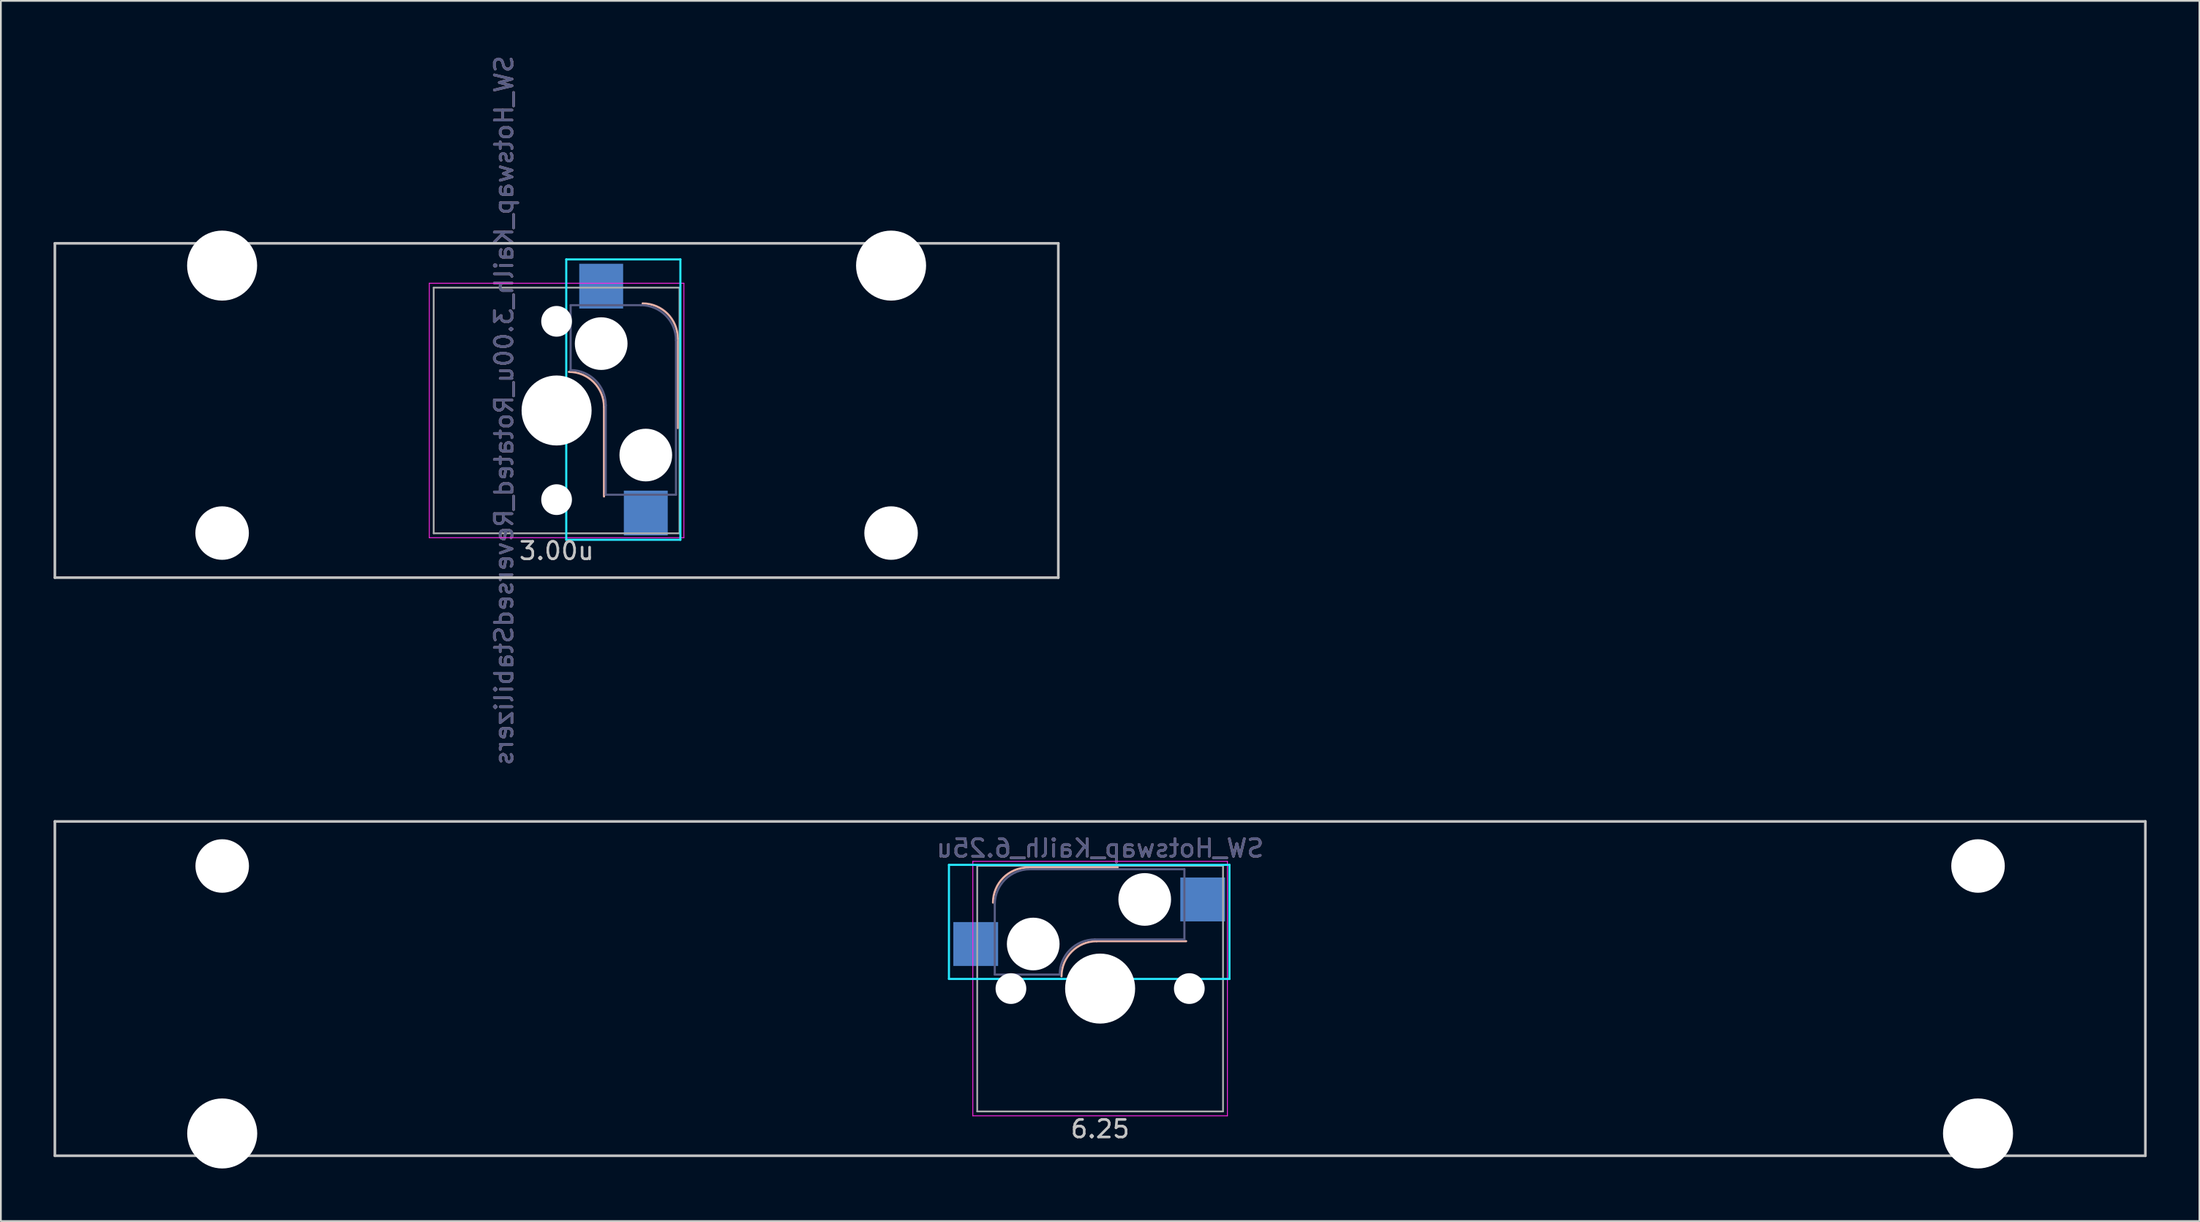
<source format=kicad_pcb>
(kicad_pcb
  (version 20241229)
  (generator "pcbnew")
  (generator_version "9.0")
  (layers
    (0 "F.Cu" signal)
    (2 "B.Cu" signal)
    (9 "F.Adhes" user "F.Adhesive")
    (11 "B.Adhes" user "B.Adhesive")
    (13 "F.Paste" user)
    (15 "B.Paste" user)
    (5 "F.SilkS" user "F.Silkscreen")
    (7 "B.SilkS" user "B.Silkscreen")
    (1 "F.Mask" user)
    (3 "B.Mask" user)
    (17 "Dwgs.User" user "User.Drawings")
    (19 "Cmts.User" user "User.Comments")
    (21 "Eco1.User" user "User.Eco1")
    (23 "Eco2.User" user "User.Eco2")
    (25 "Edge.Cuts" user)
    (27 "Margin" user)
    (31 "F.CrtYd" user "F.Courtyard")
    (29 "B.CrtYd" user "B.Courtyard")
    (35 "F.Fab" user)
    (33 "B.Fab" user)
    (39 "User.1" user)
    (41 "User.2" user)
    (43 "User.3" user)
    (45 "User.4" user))
  (footprint "SW_Hotswap_Kailh_6.25u"
    (layer "F.Cu")
    (at 59.606 53.279)
    (property "Reference" "SW_Hotswap_Kailh_6.25u" (at 0 -8 0) (layer "B.SilkS") (effects (font (size 1 1) (thickness 0.15)) (justify mirror)))
    (attr smd)
    (fp_line (start 1 -6.9) (end -4.1 -6.9) (stroke (width 0.12) (type solid)) (layer "B.SilkS"))
    (fp_line (start 4.9 -2.7) (end -0.2 -2.7) (stroke (width 0.12) (type solid)) (layer "B.SilkS"))
    (fp_arc (start -6.1 -4.9) (mid -5.514214 -6.314214) (end -4.1 -6.9) (stroke (width 0.12) (type solid)) (layer "B.SilkS"))
    (fp_arc (start -2.2 -0.7) (mid -1.614214 -2.114214) (end -0.2 -2.7) (stroke (width 0.12) (type solid)) (layer "B.SilkS"))
    (fp_line (start -59.531 -9.525) (end 59.531 -9.525) (stroke (width 0.15) (type solid)) (layer "Dwgs.User"))
    (fp_line (start -59.531 9.525) (end -59.531 -9.525) (stroke (width 0.15) (type solid)) (layer "Dwgs.User"))
    (fp_line (start 59.531 -9.525) (end 59.531 9.525) (stroke (width 0.15) (type solid)) (layer "Dwgs.User"))
    (fp_line (start 59.531 9.525) (end -59.531 9.525) (stroke (width 0.15) (type solid)) (layer "Dwgs.User"))
    (fp_line (start -8.61 -7.05) (end 7.367 -7.05) (stroke (width 0.12) (type solid)) (layer "B.CrtYd"))
    (fp_line (start -8.61 -0.55) (end -8.61 -7.05) (stroke (width 0.12) (type solid)) (layer "B.CrtYd"))
    (fp_line (start -8.61 -0.55) (end 7.367 -0.55) (stroke (width 0.12) (type solid)) (layer "B.CrtYd"))
    (fp_line (start 7.367 -7.05) (end 7.367 -0.55) (stroke (width 0.12) (type solid)) (layer "B.CrtYd"))
    (fp_line (start -7.25 -7.25) (end 7.25 -7.25) (stroke (width 0.05) (type solid)) (layer "F.CrtYd"))
    (fp_line (start -7.25 7.25) (end -7.25 -7.25) (stroke (width 0.05) (type solid)) (layer "F.CrtYd"))
    (fp_line (start 7.25 -7.25) (end 7.25 7.25) (stroke (width 0.05) (type solid)) (layer "F.CrtYd"))
    (fp_line (start 7.25 7.25) (end -7.25 7.25) (stroke (width 0.05) (type solid)) (layer "F.CrtYd"))
    (fp_line (start -6 -0.8) (end -6 -4.8) (stroke (width 0.12) (type solid)) (layer "B.Fab"))
    (fp_line (start -6 -0.8) (end -2.3 -0.8) (stroke (width 0.12) (type solid)) (layer "B.Fab"))
    (fp_line (start -4 -6.8) (end 4.8 -6.8) (stroke (width 0.12) (type solid)) (layer "B.Fab"))
    (fp_line (start -0.3 -2.8) (end 4.8 -2.8) (stroke (width 0.12) (type solid)) (layer "B.Fab"))
    (fp_line (start 4.8 -6.8) (end 4.8 -2.8) (stroke (width 0.12) (type solid)) (layer "B.Fab"))
    (fp_arc (start -6 -4.8) (mid -5.414214 -6.214214) (end -4 -6.8) (stroke (width 0.12) (type solid)) (layer "B.Fab"))
    (fp_arc (start -2.3 -0.8) (mid -1.714214 -2.214214) (end -0.3 -2.8) (stroke (width 0.12) (type solid)) (layer "B.Fab"))
    (fp_line (start -7 -7) (end 7 -7) (stroke (width 0.1) (type solid)) (layer "F.Fab"))
    (fp_line (start -7 7) (end -7 -7) (stroke (width 0.1) (type solid)) (layer "F.Fab"))
    (fp_line (start 7 -7) (end 7 7) (stroke (width 0.1) (type solid)) (layer "F.Fab"))
    (fp_line (start 7 7) (end -7 7) (stroke (width 0.1) (type solid)) (layer "F.Fab"))
    (fp_text user "6.25" (at 0 8 0) (layer "Dwgs.User") (effects (font (size 1 1) (thickness 0.15))))
    (fp_text user "${REFERENCE}" (at 0 -8 0) (layer "B.Fab") (effects (font (size 1 1) (thickness 0.15)) (justify mirror)))
    (pad "" np_thru_hole circle (at -50 -6.985) (size 3.048 3.048) (drill 3.048) (layers "*.Cu" "*.Mask"))
    (pad "" np_thru_hole circle (at -50 8.255) (size 3.988 3.988) (drill 3.988) (layers "*.Cu" "*.Mask"))
    (pad "" np_thru_hole circle (at -5.08 0 48.1) (size 1.75 1.75) (drill 1.75) (layers "*.Cu" "*.Mask"))
    (pad "" np_thru_hole circle (at -3.81 -2.54) (size 3 3) (drill 3) (layers "*.Cu" "*.Mask"))
    (pad "" np_thru_hole circle (at 0 0) (size 3.988 3.988) (drill 3.988) (layers "*.Cu" "*.Mask"))
    (pad "" np_thru_hole circle (at 2.54 -5.08) (size 3 3) (drill 3) (layers "*.Cu" "*.Mask"))
    (pad "" np_thru_hole circle (at 5.08 0 48.1) (size 1.75 1.75) (drill 1.75) (layers "*.Cu" "*.Mask"))
    (pad "" np_thru_hole circle (at 50 -6.985) (size 3.048 3.048) (drill 3.048) (layers "*.Cu" "*.Mask"))
    (pad "" np_thru_hole circle (at 50 8.255) (size 3.988 3.988) (drill 3.988) (layers "*.Cu" "*.Mask"))
    (pad "1" smd rect (at -7.085 -2.54) (size 2.55 2.5) (layers "B.Cu" "B.Mask" "B.Paste"))
    (pad "2" smd rect (at 5.842 -5.08) (size 2.55 2.5) (layers "B.Cu" "B.Mask" "B.Paste")))
  (footprint "SW_Hotswap_Kailh_3.00u_Rotated_ReversedStabilizers"
    (layer "F.Cu")
    (at 28.65 20.339)
    (property "Reference" "SW_Hotswap_Kailh_3.00u_Rotated_ReversedStabilizers" (at -3 0 90) (layer "B.SilkS") (effects (font (size 1 1) (thickness 0.15)) (justify mirror)))
    (attr smd)
    (fp_line (start 2.7 4.9) (end 2.7 -0.2) (stroke (width 0.12) (type solid)) (layer "B.SilkS"))
    (fp_line (start 6.9 1) (end 6.9 -4.1) (stroke (width 0.12) (type solid)) (layer "B.SilkS"))
    (fp_arc (start 0.7 -2.2) (mid 2.114214 -1.614214) (end 2.7 -0.2) (stroke (width 0.12) (type solid)) (layer "B.SilkS"))
    (fp_arc (start 4.9 -6.1) (mid 6.314214 -5.514214) (end 6.9 -4.1) (stroke (width 0.12) (type solid)) (layer "B.SilkS"))
    (fp_line (start -28.575 -9.525) (end 28.575 -9.525) (stroke (width 0.15) (type solid)) (layer "Dwgs.User"))
    (fp_line (start -28.575 9.525) (end -28.575 -9.525) (stroke (width 0.15) (type solid)) (layer "Dwgs.User"))
    (fp_line (start -28.575 9.525) (end 28.575 9.525) (stroke (width 0.15) (type solid)) (layer "Dwgs.User"))
    (fp_line (start 28.575 -9.525) (end 28.575 9.525) (stroke (width 0.15) (type solid)) (layer "Dwgs.User"))
    (fp_line (start 0.55 -8.61) (end 0.55 7.367) (stroke (width 0.12) (type solid)) (layer "B.CrtYd"))
    (fp_line (start 0.55 -8.61) (end 7.05 -8.61) (stroke (width 0.12) (type solid)) (layer "B.CrtYd"))
    (fp_line (start 7.05 -8.61) (end 7.05 7.367) (stroke (width 0.12) (type solid)) (layer "B.CrtYd"))
    (fp_line (start 7.05 7.367) (end 0.55 7.367) (stroke (width 0.12) (type solid)) (layer "B.CrtYd"))
    (fp_line (start -7.25 -7.25) (end 7.25 -7.25) (stroke (width 0.05) (type solid)) (layer "F.CrtYd"))
    (fp_line (start -7.25 7.25) (end -7.25 -7.25) (stroke (width 0.05) (type solid)) (layer "F.CrtYd"))
    (fp_line (start 7.25 -7.25) (end 7.25 7.25) (stroke (width 0.05) (type solid)) (layer "F.CrtYd"))
    (fp_line (start 7.25 7.25) (end -7.25 7.25) (stroke (width 0.05) (type solid)) (layer "F.CrtYd"))
    (fp_line (start 0.8 -6) (end 0.8 -2.3) (stroke (width 0.12) (type solid)) (layer "B.Fab"))
    (fp_line (start 0.8 -6) (end 4.8 -6) (stroke (width 0.12) (type solid)) (layer "B.Fab"))
    (fp_line (start 2.8 -0.3) (end 2.8 4.8) (stroke (width 0.12) (type solid)) (layer "B.Fab"))
    (fp_line (start 6.8 -4) (end 6.8 4.8) (stroke (width 0.12) (type solid)) (layer "B.Fab"))
    (fp_line (start 6.8 4.8) (end 2.8 4.8) (stroke (width 0.12) (type solid)) (layer "B.Fab"))
    (fp_arc (start 0.8 -2.3) (mid 2.214214 -1.714214) (end 2.8 -0.3) (stroke (width 0.12) (type solid)) (layer "B.Fab"))
    (fp_arc (start 4.8 -6) (mid 6.214214 -5.414214) (end 6.8 -4) (stroke (width 0.12) (type solid)) (layer "B.Fab"))
    (fp_line (start -7 -7) (end 7 -7) (stroke (width 0.1) (type solid)) (layer "F.Fab"))
    (fp_line (start -7 7) (end -7 -7) (stroke (width 0.1) (type solid)) (layer "F.Fab"))
    (fp_line (start 7 -7) (end 7 7) (stroke (width 0.1) (type solid)) (layer "F.Fab"))
    (fp_line (start 7 7) (end -7 7) (stroke (width 0.1) (type solid)) (layer "F.Fab"))
    (fp_text user "3.00u" (at 0 8 0) (layer "Dwgs.User") (effects (font (size 1 1) (thickness 0.15))))
    (fp_text user "${REFERENCE}" (at -3 0 90) (layer "B.Fab") (effects (font (size 1 1) (thickness 0.15)) (justify mirror)))
    (pad "" np_thru_hole circle (at -19.05 -8.255) (size 3.988 3.988) (drill 3.988) (layers "*.Cu" "*.Mask"))
    (pad "" np_thru_hole circle (at -19.05 6.985) (size 3.048 3.048) (drill 3.048) (layers "*.Cu" "*.Mask"))
    (pad "" np_thru_hole circle (at 0 -5.08 318.1) (size 1.75 1.75) (drill 1.75) (layers "*.Cu" "*.Mask"))
    (pad "" np_thru_hole circle (at 0 0 270) (size 3.988 3.988) (drill 3.988) (layers "*.Cu" "*.Mask"))
    (pad "" np_thru_hole circle (at 0 5.08 318.1) (size 1.75 1.75) (drill 1.75) (layers "*.Cu" "*.Mask"))
    (pad "" np_thru_hole circle (at 2.54 -3.81 270) (size 3 3) (drill 3) (layers "*.Cu" "*.Mask"))
    (pad "" np_thru_hole circle (at 5.08 2.54 270) (size 3 3) (drill 3) (layers "*.Cu" "*.Mask"))
    (pad "" np_thru_hole circle (at 19.05 -8.255) (size 3.988 3.988) (drill 3.988) (layers "*.Cu" "*.Mask"))
    (pad "" np_thru_hole circle (at 19.05 6.985) (size 3.048 3.048) (drill 3.048) (layers "*.Cu" "*.Mask"))
    (pad "1" smd rect (at 2.54 -7.085 270) (size 2.55 2.5) (layers "B.Cu" "B.Mask" "B.Paste"))
    (pad "2" smd rect (at 5.08 5.842 270) (size 2.55 2.5) (layers "B.Cu" "B.Mask" "B.Paste")))
  (gr_rect
    (start -3 -3)
    (end 122.213 66.527)
    (stroke (width 0.1) (type default))
    (fill no)
    (layer "Edge.Cuts")))
</source>
